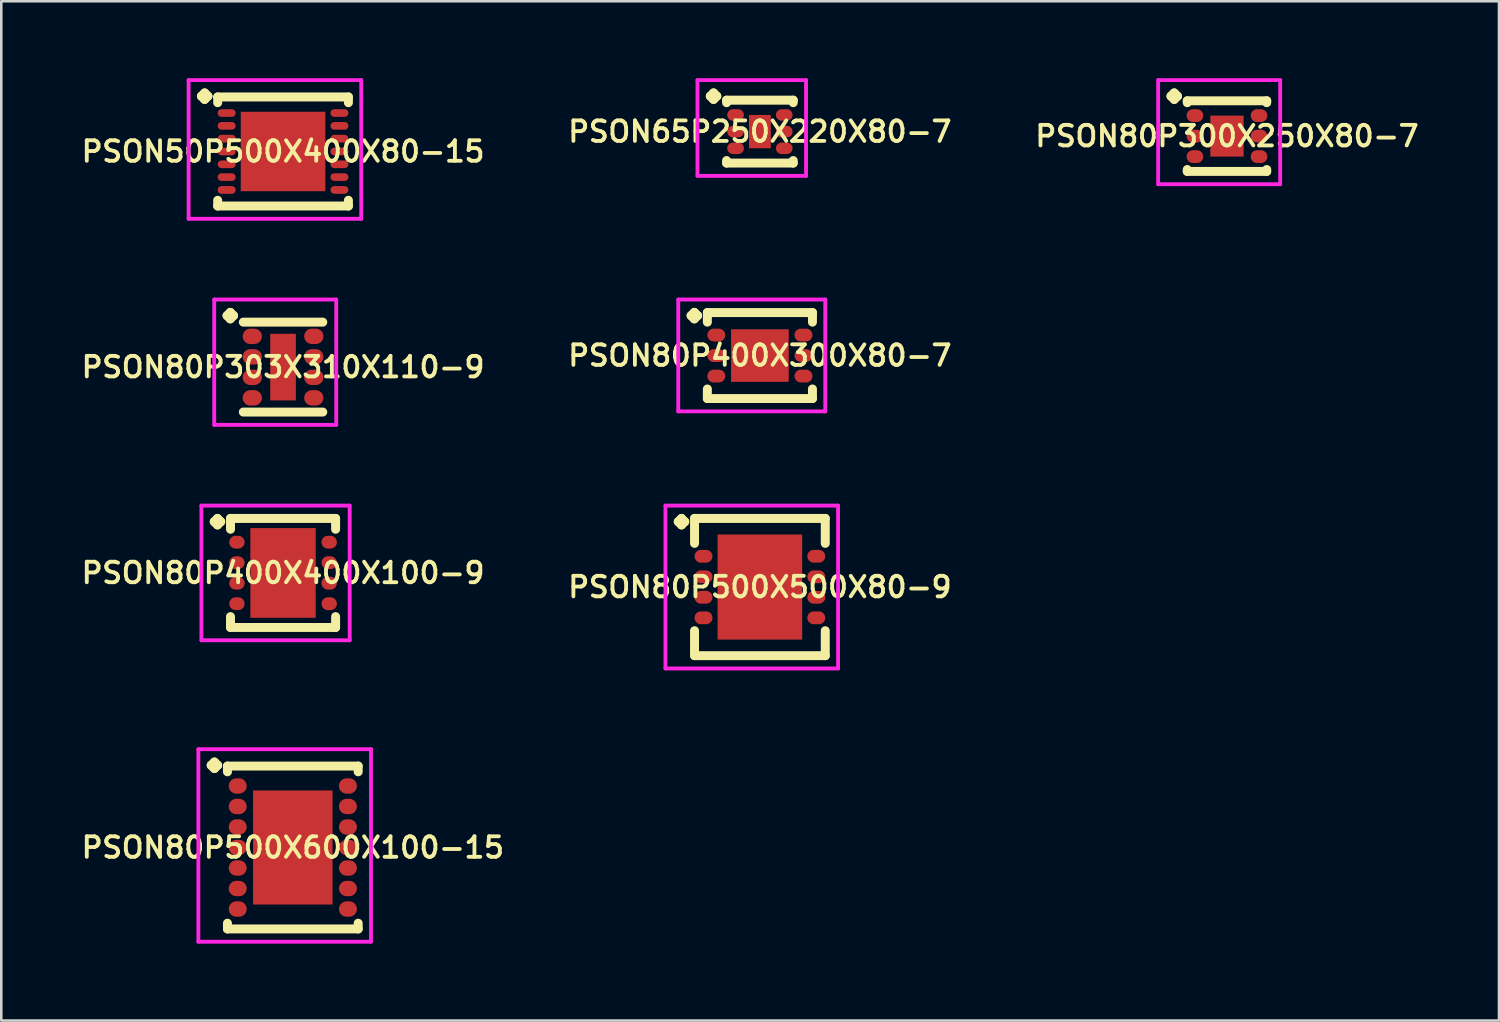
<source format=kicad_pcb>
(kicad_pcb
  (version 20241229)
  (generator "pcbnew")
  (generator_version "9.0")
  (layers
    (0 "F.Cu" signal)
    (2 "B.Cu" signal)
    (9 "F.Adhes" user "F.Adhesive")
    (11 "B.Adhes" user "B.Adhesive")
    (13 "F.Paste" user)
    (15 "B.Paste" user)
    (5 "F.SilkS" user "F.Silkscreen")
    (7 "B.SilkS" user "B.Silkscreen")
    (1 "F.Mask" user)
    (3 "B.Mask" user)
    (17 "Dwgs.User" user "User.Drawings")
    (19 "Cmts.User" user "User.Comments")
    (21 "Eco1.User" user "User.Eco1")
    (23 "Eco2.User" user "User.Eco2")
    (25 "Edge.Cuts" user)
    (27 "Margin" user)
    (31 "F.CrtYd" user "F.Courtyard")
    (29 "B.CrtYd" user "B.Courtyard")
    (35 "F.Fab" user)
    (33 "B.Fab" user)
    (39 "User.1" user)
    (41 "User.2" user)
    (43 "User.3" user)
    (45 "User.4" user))
  (footprint "PSON80P303X310X110-9"
    (layer "F.Cu")
    (at 7.993 11.272)
    (property "Reference" "PSON80P303X310X110-9" (at 0 0 0) (layer "F.SilkS") (effects (font (size 0.8 0.8) (thickness 0.15))))
    (attr smd)
    (fp_line (start -2.185 -2.008) (end -2.058 -2.135) (stroke (width 0.35) (type solid)) (layer "F.SilkS"))
    (fp_line (start -2.058 -2.135) (end -1.931 -2.008) (stroke (width 0.35) (type solid)) (layer "F.SilkS"))
    (fp_line (start -2.058 -1.881) (end -2.185 -2.008) (stroke (width 0.35) (type solid)) (layer "F.SilkS"))
    (fp_line (start -1.931 -2.008) (end -2.058 -1.881) (stroke (width 0.35) (type solid)) (layer "F.SilkS"))
    (fp_line (start -1.55 -1.754) (end 1.55 -1.754) (stroke (width 0.35) (type solid)) (layer "F.SilkS"))
    (fp_line (start -1.55 1.754) (end 1.55 1.754) (stroke (width 0.35) (type solid)) (layer "F.SilkS"))
    (fp_line (start -2.685 -2.635) (end 2.075 -2.635) (stroke (width 0.15) (type solid)) (layer "F.CrtYd"))
    (fp_line (start -2.685 2.254) (end -2.685 -2.635) (stroke (width 0.15) (type solid)) (layer "F.CrtYd"))
    (fp_line (start 2.075 -2.635) (end 2.075 2.254) (stroke (width 0.15) (type solid)) (layer "F.CrtYd"))
    (fp_line (start 2.075 2.254) (end -2.685 2.254) (stroke (width 0.15) (type solid)) (layer "F.CrtYd"))
    (pad "1" smd oval (at -1.2 -1.2) (size 0.75 0.6) (layers "F.Cu" "F.Mask" "F.Paste"))
    (pad "2" smd oval (at -1.2 -0.4) (size 0.75 0.6) (layers "F.Cu" "F.Mask" "F.Paste"))
    (pad "3" smd oval (at -1.2 0.4) (size 0.75 0.6) (layers "F.Cu" "F.Mask" "F.Paste"))
    (pad "4" smd oval (at -1.2 1.2) (size 0.75 0.6) (layers "F.Cu" "F.Mask" "F.Paste"))
    (pad "5" smd oval (at 1.2 1.2) (size 0.75 0.6) (layers "F.Cu" "F.Mask" "F.Paste"))
    (pad "6" smd oval (at 1.2 0.4) (size 0.75 0.6) (layers "F.Cu" "F.Mask" "F.Paste"))
    (pad "7" smd oval (at 1.2 -0.4) (size 0.75 0.6) (layers "F.Cu" "F.Mask" "F.Paste"))
    (pad "8" smd oval (at 1.2 -1.2) (size 0.75 0.6) (layers "F.Cu" "F.Mask" "F.Paste"))
    (pad "9" smd rect (at 0 0) (size 1 2.6) (layers "F.Cu" "F.Mask" "F.Paste")))
  (footprint "PSON80P500X500X80-9"
    (layer "F.Cu")
    (at 26.597 19.853)
    (property "Reference" "PSON80P500X500X80-9" (at 0 0 0) (layer "F.SilkS") (effects (font (size 0.8 0.8) (thickness 0.15))))
    (attr smd)
    (fp_line (start -3.185 -2.55) (end -3.058 -2.677) (stroke (width 0.35) (type solid)) (layer "F.SilkS"))
    (fp_line (start -3.058 -2.677) (end -2.931 -2.55) (stroke (width 0.35) (type solid)) (layer "F.SilkS"))
    (fp_line (start -3.058 -2.423) (end -3.185 -2.55) (stroke (width 0.35) (type solid)) (layer "F.SilkS"))
    (fp_line (start -2.931 -2.55) (end -3.058 -2.423) (stroke (width 0.35) (type solid)) (layer "F.SilkS"))
    (fp_line (start -2.55 -2.677) (end 2.55 -2.677) (stroke (width 0.35) (type solid)) (layer "F.SilkS"))
    (fp_line (start -2.55 -1.704) (end -2.55 -2.677) (stroke (width 0.35) (type solid)) (layer "F.SilkS"))
    (fp_line (start -2.55 1.704) (end -2.55 2.677) (stroke (width 0.35) (type solid)) (layer "F.SilkS"))
    (fp_line (start -2.55 2.677) (end 2.55 2.677) (stroke (width 0.35) (type solid)) (layer "F.SilkS"))
    (fp_line (start 2.55 -2.677) (end 2.55 -1.704) (stroke (width 0.35) (type solid)) (layer "F.SilkS"))
    (fp_line (start 2.55 2.677) (end 2.55 1.704) (stroke (width 0.35) (type solid)) (layer "F.SilkS"))
    (fp_line (start -3.685 -3.177) (end 3.05 -3.177) (stroke (width 0.15) (type solid)) (layer "F.CrtYd"))
    (fp_line (start -3.685 3.177) (end -3.685 -3.177) (stroke (width 0.15) (type solid)) (layer "F.CrtYd"))
    (fp_line (start 3.05 -3.177) (end 3.05 3.177) (stroke (width 0.15) (type solid)) (layer "F.CrtYd"))
    (fp_line (start 3.05 3.177) (end -3.685 3.177) (stroke (width 0.15) (type solid)) (layer "F.CrtYd"))
    (pad "1" smd oval (at -2.2 -1.2) (size 0.7 0.5) (layers "F.Cu" "F.Mask" "F.Paste"))
    (pad "2" smd oval (at -2.2 -0.4) (size 0.7 0.5) (layers "F.Cu" "F.Mask" "F.Paste"))
    (pad "3" smd oval (at -2.2 0.4) (size 0.7 0.5) (layers "F.Cu" "F.Mask" "F.Paste"))
    (pad "4" smd oval (at -2.2 1.2) (size 0.7 0.5) (layers "F.Cu" "F.Mask" "F.Paste"))
    (pad "5" smd oval (at 2.2 1.2) (size 0.7 0.5) (layers "F.Cu" "F.Mask" "F.Paste"))
    (pad "6" smd oval (at 2.2 0.4) (size 0.7 0.5) (layers "F.Cu" "F.Mask" "F.Paste"))
    (pad "7" smd oval (at 2.2 -0.4) (size 0.7 0.5) (layers "F.Cu" "F.Mask" "F.Paste"))
    (pad "8" smd oval (at 2.2 -1.2) (size 0.7 0.5) (layers "F.Cu" "F.Mask" "F.Paste"))
    (pad "9" smd rect (at 0 0) (size 3.3 4.1) (layers "F.Cu" "F.Mask" "F.Paste")))
  (footprint "PSON65P250X220X80-7"
    (layer "F.Cu")
    (at 26.597 2.085)
    (property "Reference" "PSON65P250X220X80-7" (at 0 0 0) (layer "F.SilkS") (effects (font (size 0.8 0.8) (thickness 0.15))))
    (attr smd)
    (fp_line (start -1.935 -1.383) (end -1.808 -1.51) (stroke (width 0.35) (type solid)) (layer "F.SilkS"))
    (fp_line (start -1.808 -1.51) (end -1.681 -1.383) (stroke (width 0.35) (type solid)) (layer "F.SilkS"))
    (fp_line (start -1.808 -1.256) (end -1.935 -1.383) (stroke (width 0.35) (type solid)) (layer "F.SilkS"))
    (fp_line (start -1.681 -1.383) (end -1.808 -1.256) (stroke (width 0.35) (type solid)) (layer "F.SilkS"))
    (fp_line (start -1.3 -1.227) (end 1.3 -1.227) (stroke (width 0.35) (type solid)) (layer "F.SilkS"))
    (fp_line (start -1.3 -1.129) (end -1.3 -1.227) (stroke (width 0.35) (type solid)) (layer "F.SilkS"))
    (fp_line (start -1.3 1.129) (end -1.3 1.227) (stroke (width 0.35) (type solid)) (layer "F.SilkS"))
    (fp_line (start -1.3 1.227) (end 1.3 1.227) (stroke (width 0.35) (type solid)) (layer "F.SilkS"))
    (fp_line (start 1.3 -1.227) (end 1.3 -1.129) (stroke (width 0.35) (type solid)) (layer "F.SilkS"))
    (fp_line (start 1.3 1.227) (end 1.3 1.129) (stroke (width 0.35) (type solid)) (layer "F.SilkS"))
    (fp_line (start -2.435 -2.01) (end 1.8 -2.01) (stroke (width 0.15) (type solid)) (layer "F.CrtYd"))
    (fp_line (start -2.435 1.727) (end -2.435 -2.01) (stroke (width 0.15) (type solid)) (layer "F.CrtYd"))
    (fp_line (start 1.8 -2.01) (end 1.8 1.727) (stroke (width 0.15) (type solid)) (layer "F.CrtYd"))
    (fp_line (start 1.8 1.727) (end -2.435 1.727) (stroke (width 0.15) (type solid)) (layer "F.CrtYd"))
    (pad "1" smd oval (at -0.95 -0.65) (size 0.65 0.45) (layers "F.Cu" "F.Mask" "F.Paste"))
    (pad "2" smd oval (at -0.95 0) (size 0.65 0.45) (layers "F.Cu" "F.Mask" "F.Paste"))
    (pad "3" smd oval (at -0.95 0.65) (size 0.65 0.45) (layers "F.Cu" "F.Mask" "F.Paste"))
    (pad "4" smd oval (at 0.95 0.65) (size 0.65 0.45) (layers "F.Cu" "F.Mask" "F.Paste"))
    (pad "5" smd oval (at 0.95 0) (size 0.65 0.45) (layers "F.Cu" "F.Mask" "F.Paste"))
    (pad "6" smd oval (at 0.95 -0.65) (size 0.65 0.45) (layers "F.Cu" "F.Mask" "F.Paste"))
    (pad "7" smd rect (at 0 0) (size 0.85 1.3) (layers "F.Cu" "F.Mask" "F.Paste")))
  (footprint "PSON80P400X300X80-7"
    (layer "F.Cu")
    (at 26.597 10.822)
    (property "Reference" "PSON80P400X300X80-7" (at 0 0 0) (layer "F.SilkS") (effects (font (size 0.8 0.8) (thickness 0.15))))
    (attr smd)
    (fp_line (start -2.685 -1.558) (end -2.558 -1.685) (stroke (width 0.35) (type solid)) (layer "F.SilkS"))
    (fp_line (start -2.558 -1.685) (end -2.431 -1.558) (stroke (width 0.35) (type solid)) (layer "F.SilkS"))
    (fp_line (start -2.558 -1.431) (end -2.685 -1.558) (stroke (width 0.35) (type solid)) (layer "F.SilkS"))
    (fp_line (start -2.431 -1.558) (end -2.558 -1.431) (stroke (width 0.35) (type solid)) (layer "F.SilkS"))
    (fp_line (start -2.05 -1.677) (end 2.05 -1.677) (stroke (width 0.35) (type solid)) (layer "F.SilkS"))
    (fp_line (start -2.05 -1.304) (end -2.05 -1.677) (stroke (width 0.35) (type solid)) (layer "F.SilkS"))
    (fp_line (start -2.05 1.304) (end -2.05 1.677) (stroke (width 0.35) (type solid)) (layer "F.SilkS"))
    (fp_line (start -2.05 1.677) (end 2.05 1.677) (stroke (width 0.35) (type solid)) (layer "F.SilkS"))
    (fp_line (start 2.05 -1.677) (end 2.05 -1.304) (stroke (width 0.35) (type solid)) (layer "F.SilkS"))
    (fp_line (start 2.05 1.677) (end 2.05 1.304) (stroke (width 0.35) (type solid)) (layer "F.SilkS"))
    (fp_line (start -3.185 -2.185) (end 2.55 -2.185) (stroke (width 0.15) (type solid)) (layer "F.CrtYd"))
    (fp_line (start -3.185 2.177) (end -3.185 -2.185) (stroke (width 0.15) (type solid)) (layer "F.CrtYd"))
    (fp_line (start 2.55 -2.185) (end 2.55 2.177) (stroke (width 0.15) (type solid)) (layer "F.CrtYd"))
    (fp_line (start 2.55 2.177) (end -3.185 2.177) (stroke (width 0.15) (type solid)) (layer "F.CrtYd"))
    (pad "1" smd oval (at -1.7 -0.8) (size 0.7 0.5) (layers "F.Cu" "F.Mask" "F.Paste"))
    (pad "2" smd oval (at -1.7 0) (size 0.7 0.5) (layers "F.Cu" "F.Mask" "F.Paste"))
    (pad "3" smd oval (at -1.7 0.8) (size 0.7 0.5) (layers "F.Cu" "F.Mask" "F.Paste"))
    (pad "4" smd oval (at 1.7 0.8) (size 0.7 0.5) (layers "F.Cu" "F.Mask" "F.Paste"))
    (pad "5" smd oval (at 1.7 0) (size 0.7 0.5) (layers "F.Cu" "F.Mask" "F.Paste"))
    (pad "6" smd oval (at 1.7 -0.8) (size 0.7 0.5) (layers "F.Cu" "F.Mask" "F.Paste"))
    (pad "7" smd rect (at 0 0) (size 2.25 2.05) (layers "F.Cu" "F.Mask" "F.Paste")))
  (footprint "PSON50P500X400X80-15"
    (layer "F.Cu")
    (at 7.993 2.86)
    (property "Reference" "PSON50P500X400X80-15" (at 0 0 0) (layer "F.SilkS") (effects (font (size 0.8 0.8) (thickness 0.15))))
    (attr smd)
    (fp_line (start -3.185 -2.158) (end -3.058 -2.285) (stroke (width 0.35) (type solid)) (layer "F.SilkS"))
    (fp_line (start -3.058 -2.285) (end -2.931 -2.158) (stroke (width 0.35) (type solid)) (layer "F.SilkS"))
    (fp_line (start -3.058 -2.031) (end -3.185 -2.158) (stroke (width 0.35) (type solid)) (layer "F.SilkS"))
    (fp_line (start -2.931 -2.158) (end -3.058 -2.031) (stroke (width 0.35) (type solid)) (layer "F.SilkS"))
    (fp_line (start -2.55 -2.127) (end 2.55 -2.127) (stroke (width 0.35) (type solid)) (layer "F.SilkS"))
    (fp_line (start -2.55 -1.904) (end -2.55 -2.127) (stroke (width 0.35) (type solid)) (layer "F.SilkS"))
    (fp_line (start -2.55 1.904) (end -2.55 2.127) (stroke (width 0.35) (type solid)) (layer "F.SilkS"))
    (fp_line (start -2.55 2.127) (end 2.55 2.127) (stroke (width 0.35) (type solid)) (layer "F.SilkS"))
    (fp_line (start 2.55 -2.127) (end 2.55 -1.904) (stroke (width 0.35) (type solid)) (layer "F.SilkS"))
    (fp_line (start 2.55 2.127) (end 2.55 1.904) (stroke (width 0.35) (type solid)) (layer "F.SilkS"))
    (fp_line (start -3.685 -2.785) (end 3.05 -2.785) (stroke (width 0.15) (type solid)) (layer "F.CrtYd"))
    (fp_line (start -3.685 2.627) (end -3.685 -2.785) (stroke (width 0.15) (type solid)) (layer "F.CrtYd"))
    (fp_line (start 3.05 -2.785) (end 3.05 2.627) (stroke (width 0.15) (type solid)) (layer "F.CrtYd"))
    (fp_line (start 3.05 2.627) (end -3.685 2.627) (stroke (width 0.15) (type solid)) (layer "F.CrtYd"))
    (pad "1" smd oval (at -2.2 -1.5) (size 0.7 0.3) (layers "F.Cu" "F.Mask" "F.Paste"))
    (pad "2" smd oval (at -2.2 -1) (size 0.7 0.3) (layers "F.Cu" "F.Mask" "F.Paste"))
    (pad "3" smd oval (at -2.2 -0.5) (size 0.7 0.3) (layers "F.Cu" "F.Mask" "F.Paste"))
    (pad "4" smd oval (at -2.2 0) (size 0.7 0.3) (layers "F.Cu" "F.Mask" "F.Paste"))
    (pad "5" smd oval (at -2.2 0.5) (size 0.7 0.3) (layers "F.Cu" "F.Mask" "F.Paste"))
    (pad "6" smd oval (at -2.2 1) (size 0.7 0.3) (layers "F.Cu" "F.Mask" "F.Paste"))
    (pad "7" smd oval (at -2.2 1.5) (size 0.7 0.3) (layers "F.Cu" "F.Mask" "F.Paste"))
    (pad "8" smd oval (at 2.2 1.5) (size 0.7 0.3) (layers "F.Cu" "F.Mask" "F.Paste"))
    (pad "9" smd oval (at 2.2 1) (size 0.7 0.3) (layers "F.Cu" "F.Mask" "F.Paste"))
    (pad "10" smd oval (at 2.2 0.5) (size 0.7 0.3) (layers "F.Cu" "F.Mask" "F.Paste"))
    (pad "11" smd oval (at 2.2 0) (size 0.7 0.3) (layers "F.Cu" "F.Mask" "F.Paste"))
    (pad "12" smd oval (at 2.2 -0.5) (size 0.7 0.3) (layers "F.Cu" "F.Mask" "F.Paste"))
    (pad "13" smd oval (at 2.2 -1) (size 0.7 0.3) (layers "F.Cu" "F.Mask" "F.Paste"))
    (pad "14" smd oval (at 2.2 -1.5) (size 0.7 0.3) (layers "F.Cu" "F.Mask" "F.Paste"))
    (pad "15" smd rect (at 0 0) (size 3.3 3.1) (layers "F.Cu" "F.Mask" "F.Paste")))
  (footprint "PSON80P300X250X80-7"
    (layer "F.Cu")
    (at 44.82 2.26)
    (property "Reference" "PSON80P300X250X80-7" (at 0 0 0) (layer "F.SilkS") (effects (font (size 0.8 0.8) (thickness 0.15))))
    (attr smd)
    (fp_line (start -2.185 -1.558) (end -2.058 -1.685) (stroke (width 0.35) (type solid)) (layer "F.SilkS"))
    (fp_line (start -2.058 -1.685) (end -1.931 -1.558) (stroke (width 0.35) (type solid)) (layer "F.SilkS"))
    (fp_line (start -2.058 -1.431) (end -2.185 -1.558) (stroke (width 0.35) (type solid)) (layer "F.SilkS"))
    (fp_line (start -1.931 -1.558) (end -2.058 -1.431) (stroke (width 0.35) (type solid)) (layer "F.SilkS"))
    (fp_line (start -1.55 -1.377) (end 1.55 -1.377) (stroke (width 0.35) (type solid)) (layer "F.SilkS"))
    (fp_line (start -1.55 -1.304) (end -1.55 -1.377) (stroke (width 0.35) (type solid)) (layer "F.SilkS"))
    (fp_line (start -1.55 1.304) (end -1.55 1.377) (stroke (width 0.35) (type solid)) (layer "F.SilkS"))
    (fp_line (start -1.55 1.377) (end 1.55 1.377) (stroke (width 0.35) (type solid)) (layer "F.SilkS"))
    (fp_line (start 1.55 -1.377) (end 1.55 -1.304) (stroke (width 0.35) (type solid)) (layer "F.SilkS"))
    (fp_line (start 1.55 1.377) (end 1.55 1.304) (stroke (width 0.35) (type solid)) (layer "F.SilkS"))
    (fp_line (start -2.685 -2.185) (end 2.075 -2.185) (stroke (width 0.15) (type solid)) (layer "F.CrtYd"))
    (fp_line (start -2.685 1.877) (end -2.685 -2.185) (stroke (width 0.15) (type solid)) (layer "F.CrtYd"))
    (fp_line (start 2.075 -2.185) (end 2.075 1.877) (stroke (width 0.15) (type solid)) (layer "F.CrtYd"))
    (fp_line (start 2.075 1.877) (end -2.685 1.877) (stroke (width 0.15) (type solid)) (layer "F.CrtYd"))
    (pad "1" smd oval (at -1.25 -0.8) (size 0.65 0.5) (layers "F.Cu" "F.Mask" "F.Paste"))
    (pad "2" smd oval (at -1.25 0) (size 0.65 0.5) (layers "F.Cu" "F.Mask" "F.Paste"))
    (pad "3" smd oval (at -1.25 0.8) (size 0.65 0.5) (layers "F.Cu" "F.Mask" "F.Paste"))
    (pad "4" smd oval (at 1.25 0.8) (size 0.65 0.5) (layers "F.Cu" "F.Mask" "F.Paste"))
    (pad "5" smd oval (at 1.25 0) (size 0.65 0.5) (layers "F.Cu" "F.Mask" "F.Paste"))
    (pad "6" smd oval (at 1.25 -0.8) (size 0.65 0.5) (layers "F.Cu" "F.Mask" "F.Paste"))
    (pad "7" smd rect (at 0 0) (size 1.3 1.6) (layers "F.Cu" "F.Mask" "F.Paste")))
  (footprint "PSON80P500X600X100-15"
    (layer "F.Cu")
    (at 8.374 30.015)
    (property "Reference" "PSON80P500X600X100-15" (at 0 0 0) (layer "F.SilkS") (effects (font (size 0.8 0.8) (thickness 0.15))))
    (attr smd)
    (fp_line (start -3.185 -3.208) (end -3.058 -3.335) (stroke (width 0.35) (type solid)) (layer "F.SilkS"))
    (fp_line (start -3.058 -3.335) (end -2.931 -3.208) (stroke (width 0.35) (type solid)) (layer "F.SilkS"))
    (fp_line (start -3.058 -3.081) (end -3.185 -3.208) (stroke (width 0.35) (type solid)) (layer "F.SilkS"))
    (fp_line (start -2.931 -3.208) (end -3.058 -3.081) (stroke (width 0.35) (type solid)) (layer "F.SilkS"))
    (fp_line (start -2.55 -3.177) (end 2.55 -3.177) (stroke (width 0.35) (type solid)) (layer "F.SilkS"))
    (fp_line (start -2.55 -2.954) (end -2.55 -3.177) (stroke (width 0.35) (type solid)) (layer "F.SilkS"))
    (fp_line (start -2.55 2.954) (end -2.55 3.177) (stroke (width 0.35) (type solid)) (layer "F.SilkS"))
    (fp_line (start -2.55 3.177) (end 2.55 3.177) (stroke (width 0.35) (type solid)) (layer "F.SilkS"))
    (fp_line (start 2.55 -3.177) (end 2.55 -2.954) (stroke (width 0.35) (type solid)) (layer "F.SilkS"))
    (fp_line (start 2.55 3.177) (end 2.55 2.954) (stroke (width 0.35) (type solid)) (layer "F.SilkS"))
    (fp_line (start -3.685 -3.835) (end 3.05 -3.835) (stroke (width 0.15) (type solid)) (layer "F.CrtYd"))
    (fp_line (start -3.685 3.677) (end -3.685 -3.835) (stroke (width 0.15) (type solid)) (layer "F.CrtYd"))
    (fp_line (start 3.05 -3.835) (end 3.05 3.677) (stroke (width 0.15) (type solid)) (layer "F.CrtYd"))
    (fp_line (start 3.05 3.677) (end -3.685 3.677) (stroke (width 0.15) (type solid)) (layer "F.CrtYd"))
    (pad "1" smd oval (at -2.15 -2.4) (size 0.7 0.6) (layers "F.Cu" "F.Mask" "F.Paste"))
    (pad "2" smd oval (at -2.15 -1.6) (size 0.7 0.6) (layers "F.Cu" "F.Mask" "F.Paste"))
    (pad "3" smd oval (at -2.15 -0.8) (size 0.7 0.6) (layers "F.Cu" "F.Mask" "F.Paste"))
    (pad "4" smd oval (at -2.15 0) (size 0.7 0.6) (layers "F.Cu" "F.Mask" "F.Paste"))
    (pad "5" smd oval (at -2.15 0.8) (size 0.7 0.6) (layers "F.Cu" "F.Mask" "F.Paste"))
    (pad "6" smd oval (at -2.15 1.6) (size 0.7 0.6) (layers "F.Cu" "F.Mask" "F.Paste"))
    (pad "7" smd oval (at -2.15 2.4) (size 0.7 0.6) (layers "F.Cu" "F.Mask" "F.Paste"))
    (pad "8" smd oval (at 2.15 2.4) (size 0.7 0.6) (layers "F.Cu" "F.Mask" "F.Paste"))
    (pad "9" smd oval (at 2.15 1.6) (size 0.7 0.6) (layers "F.Cu" "F.Mask" "F.Paste"))
    (pad "10" smd oval (at 2.15 0.8) (size 0.7 0.6) (layers "F.Cu" "F.Mask" "F.Paste"))
    (pad "11" smd oval (at 2.15 0) (size 0.7 0.6) (layers "F.Cu" "F.Mask" "F.Paste"))
    (pad "12" smd oval (at 2.15 -0.8) (size 0.7 0.6) (layers "F.Cu" "F.Mask" "F.Paste"))
    (pad "13" smd oval (at 2.15 -1.6) (size 0.7 0.6) (layers "F.Cu" "F.Mask" "F.Paste"))
    (pad "14" smd oval (at 2.15 -2.4) (size 0.7 0.6) (layers "F.Cu" "F.Mask" "F.Paste"))
    (pad "15" smd rect (at 0 0) (size 3.1 4.45) (layers "F.Cu" "F.Mask" "F.Paste")))
  (footprint "PSON80P400X400X100-9"
    (layer "F.Cu")
    (at 7.993 19.303)
    (property "Reference" "PSON80P400X400X100-9" (at 0 0 0) (layer "F.SilkS") (effects (font (size 0.8 0.8) (thickness 0.15))))
    (attr smd)
    (fp_line (start -2.685 -2) (end -2.558 -2.127) (stroke (width 0.35) (type solid)) (layer "F.SilkS"))
    (fp_line (start -2.558 -2.127) (end -2.431 -2) (stroke (width 0.35) (type solid)) (layer "F.SilkS"))
    (fp_line (start -2.558 -1.873) (end -2.685 -2) (stroke (width 0.35) (type solid)) (layer "F.SilkS"))
    (fp_line (start -2.431 -2) (end -2.558 -1.873) (stroke (width 0.35) (type solid)) (layer "F.SilkS"))
    (fp_line (start -2.05 -2.127) (end 2.05 -2.127) (stroke (width 0.35) (type solid)) (layer "F.SilkS"))
    (fp_line (start -2.05 -1.704) (end -2.05 -2.127) (stroke (width 0.35) (type solid)) (layer "F.SilkS"))
    (fp_line (start -2.05 1.704) (end -2.05 2.127) (stroke (width 0.35) (type solid)) (layer "F.SilkS"))
    (fp_line (start -2.05 2.127) (end 2.05 2.127) (stroke (width 0.35) (type solid)) (layer "F.SilkS"))
    (fp_line (start 2.05 -2.127) (end 2.05 -1.704) (stroke (width 0.35) (type solid)) (layer "F.SilkS"))
    (fp_line (start 2.05 2.127) (end 2.05 1.704) (stroke (width 0.35) (type solid)) (layer "F.SilkS"))
    (fp_line (start -3.185 -2.627) (end 2.6 -2.627) (stroke (width 0.15) (type solid)) (layer "F.CrtYd"))
    (fp_line (start -3.185 2.627) (end -3.185 -2.627) (stroke (width 0.15) (type solid)) (layer "F.CrtYd"))
    (fp_line (start 2.6 -2.627) (end 2.6 2.627) (stroke (width 0.15) (type solid)) (layer "F.CrtYd"))
    (fp_line (start 2.6 2.627) (end -3.185 2.627) (stroke (width 0.15) (type solid)) (layer "F.CrtYd"))
    (pad "1" smd oval (at -1.8 -1.2) (size 0.6 0.5) (layers "F.Cu" "F.Mask" "F.Paste"))
    (pad "2" smd oval (at -1.8 -0.4) (size 0.6 0.5) (layers "F.Cu" "F.Mask" "F.Paste"))
    (pad "3" smd oval (at -1.8 0.4) (size 0.6 0.5) (layers "F.Cu" "F.Mask" "F.Paste"))
    (pad "4" smd oval (at -1.8 1.2) (size 0.6 0.5) (layers "F.Cu" "F.Mask" "F.Paste"))
    (pad "5" smd oval (at 1.8 1.2) (size 0.6 0.5) (layers "F.Cu" "F.Mask" "F.Paste"))
    (pad "6" smd oval (at 1.8 0.4) (size 0.6 0.5) (layers "F.Cu" "F.Mask" "F.Paste"))
    (pad "7" smd oval (at 1.8 -0.4) (size 0.6 0.5) (layers "F.Cu" "F.Mask" "F.Paste"))
    (pad "8" smd oval (at 1.8 -1.2) (size 0.6 0.5) (layers "F.Cu" "F.Mask" "F.Paste"))
    (pad "9" smd rect (at 0 0) (size 2.55 3.5) (layers "F.Cu" "F.Mask" "F.Paste")))
  (gr_rect
    (start -3 -3)
    (end 55.432 36.767)
    (stroke (width 0.1) (type default))
    (fill no)
    (layer "Edge.Cuts")))
</source>
